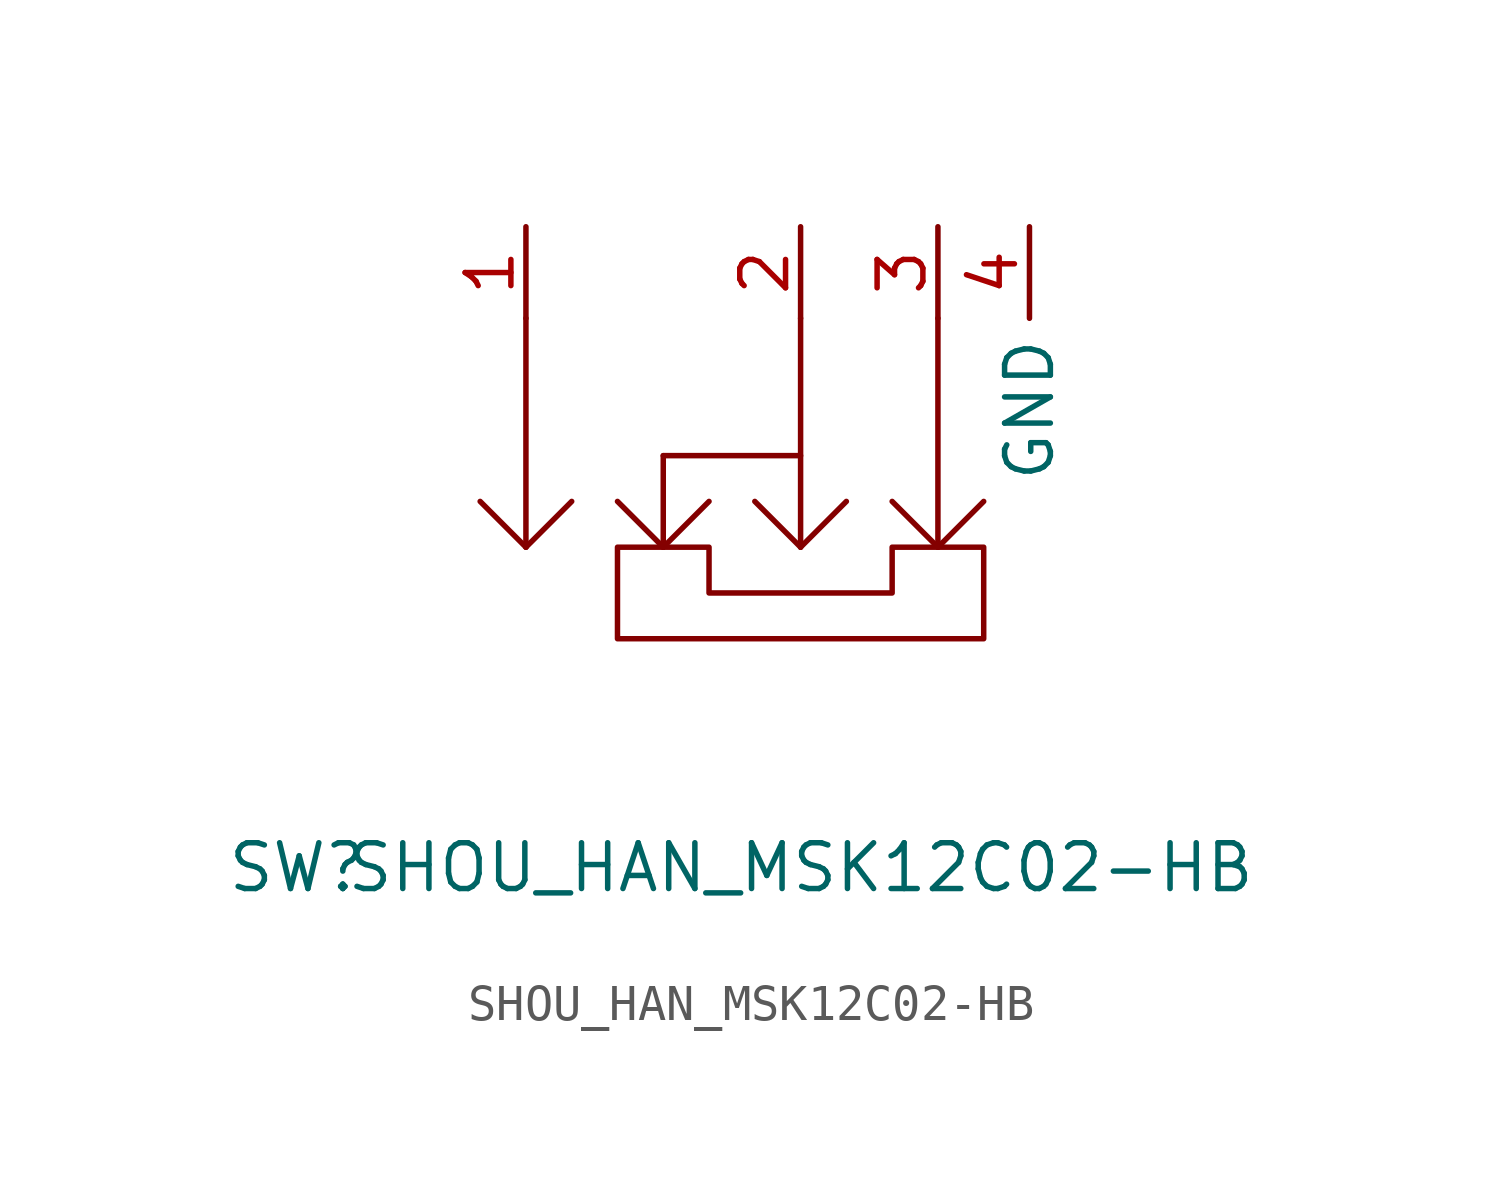
<source format=kicad_sym>
(kicad_symbol_lib
  (version 20211014)
  (generator kicad_symbol_editor)
  (symbol "SHOU_HAN_MSK12C02-HB"
    (property "Reference" "SW"
      (at -13.97 -6.35 0)
      (effects (font (size 1.27 1.27))))
    (property "Value" "SHOU_HAN_MSK12C02-HB"
      (at 0 -6.35 0)
      (effects (font (size 1.27 1.27))))
    (symbol "SHOU_HAN_MSK12C02-HB_0_1"
      (polyline (pts (xy -7.62 2.54) (xy -8.89 3.81)) (stroke (width 0) (type default) (color 0 0 0 0)) (fill (type none)))
      (polyline (pts (xy -7.62 2.54) (xy -6.35 3.81)) (stroke (width 0) (type default) (color 0 0 0 0)) (fill (type none)))
      (polyline (pts (xy -7.62 8.89) (xy -7.62 2.54)) (stroke (width 0) (type default) (color 0 0 0 0)) (fill (type none)))
      (polyline (pts (xy -3.81 2.54) (xy -5.08 3.81)) (stroke (width 0) (type default) (color 0 0 0 0)) (fill (type none)))
      (polyline (pts (xy -3.81 2.54) (xy -3.81 5.08)) (stroke (width 0) (type default) (color 0 0 0 0)) (fill (type none)))
      (polyline (pts (xy -3.81 5.08) (xy 0 5.08)) (stroke (width 0) (type default) (color 0 0 0 0)) (fill (type none)))
      (polyline (pts (xy -2.54 3.81) (xy -3.81 2.54)) (stroke (width 0) (type default) (color 0 0 0 0)) (fill (type none)))
      (polyline (pts (xy 0 2.54) (xy -1.27 3.81)) (stroke (width 0) (type default) (color 0 0 0 0)) (fill (type none)))
      (polyline (pts (xy 0 2.54) (xy 1.27 3.81)) (stroke (width 0) (type default) (color 0 0 0 0)) (fill (type none)))
      (polyline (pts (xy 0 8.89) (xy 0 2.54)) (stroke (width 0) (type default) (color 0 0 0 0)) (fill (type none)))
      (polyline (pts (xy 3.81 2.54) (xy 2.54 3.81)) (stroke (width 0) (type default) (color 0 0 0 0)) (fill (type none)))
      (polyline (pts (xy 3.81 2.54) (xy 5.08 3.81)) (stroke (width 0) (type default) (color 0 0 0 0)) (fill (type none)))
      (polyline (pts (xy 3.81 8.89) (xy 3.81 2.54)) (stroke (width 0) (type default) (color 0 0 0 0)) (fill (type none)))
      (polyline (pts (xy 2.54 2.54) (xy 5.08 2.54) (xy 5.08 0) (xy -5.08 0) (xy -5.08 2.54) (xy -2.54 2.54) (xy -2.54 1.27) (xy 2.54 1.27) (xy 2.54 2.54)) (stroke (width 0) (type default) (color 0 0 0 0)) (fill (type none))))
    (symbol "SHOU_HAN_MSK12C02-HB_1_1"
      (pin input line (at -7.62 11.43 270) (length 2.54) (name "" (effects (font (size 1.27 1.27)))) (number "1" (effects (font (size 1.27 1.27)))))
      (pin input line (at 0 11.43 270) (length 2.54) (name "" (effects (font (size 1.27 1.27)))) (number "2" (effects (font (size 1.27 1.27)))))
      (pin input line (at 3.81 11.43 270) (length 2.54) (name "" (effects (font (size 1.27 1.27)))) (number "3" (effects (font (size 1.27 1.27)))))
      (pin output line (at 6.35 11.43 270) (length 2.54) (name "GND" (effects (font (size 1.27 1.27)))) (number "4" (effects (font (size 1.27 1.27))))))))
</source>
